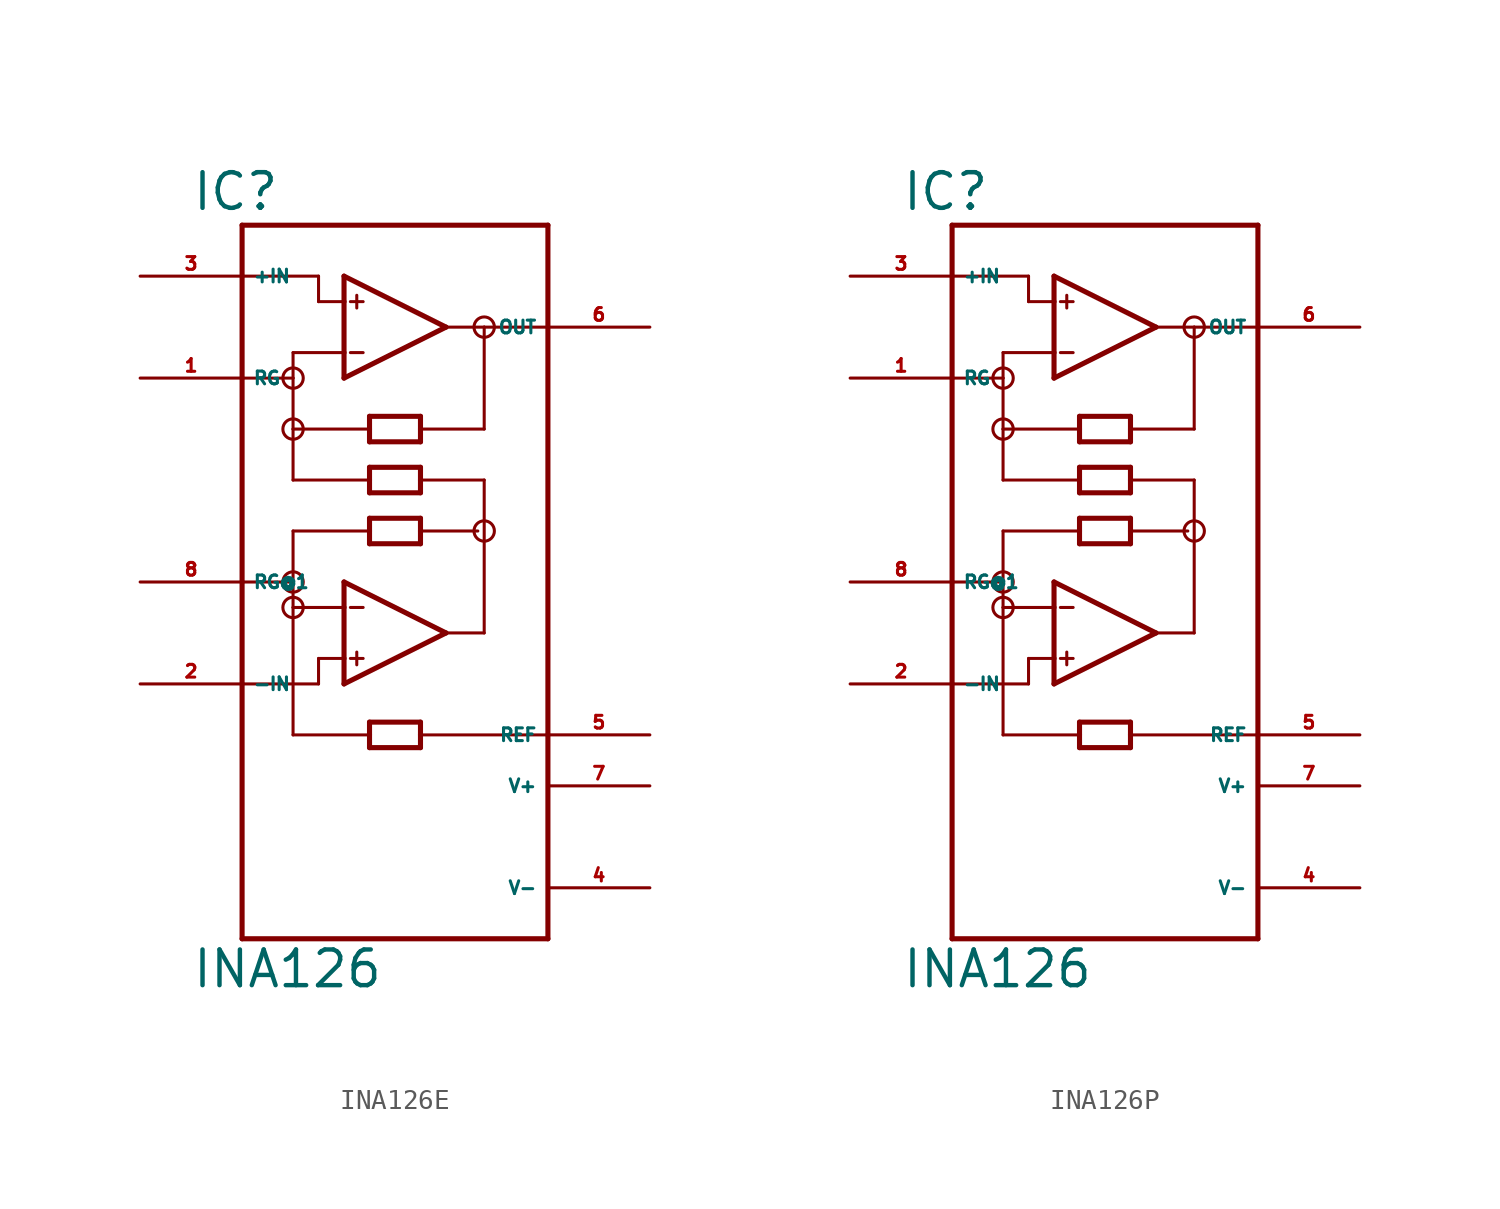
<source format=kicad_sym>
(kicad_symbol_lib
  (version 20220914)
  (generator Eagle2Kicad)
  (symbol "INA126E"
    (property "Reference" "IC"
      (at -10.16 18.415 0)
      (effects (font (size 1.778 1.778) (thickness 0.22)) (justify left bottom)))
    (property "Value" "INA126"
      (at -10.16 -20.32 0)
      (effects (font (size 1.778 1.778) (thickness 0.22)) (justify left bottom)))
    (polyline
      (pts (xy -2.54 10.16) (xy -2.54 11.43))
      (stroke (width 0.254) (type default))
      (fill (type none)))
    (polyline
      (pts (xy -2.54 11.43) (xy -2.54 13.97))
      (stroke (width 0.254) (type default))
      (fill (type none)))
    (polyline
      (pts (xy -2.54 13.97) (xy -2.54 15.24))
      (stroke (width 0.254) (type default))
      (fill (type none)))
    (polyline
      (pts (xy -2.54 15.24) (xy 2.54 12.7))
      (stroke (width 0.254) (type default))
      (fill (type none)))
    (polyline
      (pts (xy 2.54 12.7) (xy -2.54 10.16))
      (stroke (width 0.254) (type default))
      (fill (type none)))
    (polyline
      (pts (xy -2.54 13.97) (xy -3.81 13.97))
      (stroke (width 0.152) (type default))
      (fill (type none)))
    (polyline
      (pts (xy 1.27 5.715) (xy 1.27 5.08))
      (stroke (width 0.254) (type default))
      (fill (type none)))
    (polyline
      (pts (xy 1.27 5.08) (xy 1.27 4.445))
      (stroke (width 0.254) (type default))
      (fill (type none)))
    (polyline
      (pts (xy 1.27 4.445) (xy -1.27 4.445))
      (stroke (width 0.254) (type default))
      (fill (type none)))
    (polyline
      (pts (xy -1.27 4.445) (xy -1.27 5.08))
      (stroke (width 0.254) (type default))
      (fill (type none)))
    (polyline
      (pts (xy -1.27 5.08) (xy -1.27 5.715))
      (stroke (width 0.254) (type default))
      (fill (type none)))
    (polyline
      (pts (xy -1.27 5.715) (xy 1.27 5.715))
      (stroke (width 0.254) (type default))
      (fill (type none)))
    (polyline
      (pts (xy -1.27 8.255) (xy -1.27 7.62))
      (stroke (width 0.254) (type default))
      (fill (type none)))
    (polyline
      (pts (xy -1.27 7.62) (xy -1.27 6.985))
      (stroke (width 0.254) (type default))
      (fill (type none)))
    (polyline
      (pts (xy -1.27 6.985) (xy 1.27 6.985))
      (stroke (width 0.254) (type default))
      (fill (type none)))
    (polyline
      (pts (xy 1.27 6.985) (xy 1.27 7.62))
      (stroke (width 0.254) (type default))
      (fill (type none)))
    (polyline
      (pts (xy 1.27 7.62) (xy 1.27 8.255))
      (stroke (width 0.254) (type default))
      (fill (type none)))
    (polyline
      (pts (xy 1.27 8.255) (xy -1.27 8.255))
      (stroke (width 0.254) (type default))
      (fill (type none)))
    (polyline
      (pts (xy -2.54 11.43) (xy -5.08 11.43))
      (stroke (width 0.152) (type default))
      (fill (type none)))
    (polyline
      (pts (xy -5.08 11.43) (xy -5.08 10.16))
      (stroke (width 0.152) (type default))
      (fill (type none)))
    (polyline
      (pts (xy -2.223 13.97) (xy -1.587 13.97))
      (stroke (width 0.152) (type default))
      (fill (type none)))
    (polyline
      (pts (xy -2.223 11.43) (xy -1.587 11.43))
      (stroke (width 0.152) (type default))
      (fill (type none)))
    (polyline
      (pts (xy -1.905 14.287) (xy -1.905 13.652))
      (stroke (width 0.152) (type default))
      (fill (type none)))
    (polyline
      (pts (xy 2.54 12.7) (xy 4.445 12.7))
      (stroke (width 0.152) (type default))
      (fill (type none)))
    (polyline
      (pts (xy 4.445 12.7) (xy 7.62 12.7))
      (stroke (width 0.152) (type default))
      (fill (type none)))
    (polyline
      (pts (xy -7.62 -17.78) (xy 7.62 -17.78))
      (stroke (width 0.254) (type default))
      (fill (type none)))
    (polyline
      (pts (xy 7.62 -17.78) (xy 7.62 -7.62))
      (stroke (width 0.254) (type default))
      (fill (type none)))
    (polyline
      (pts (xy 7.62 -7.62) (xy 7.62 17.78))
      (stroke (width 0.254) (type default))
      (fill (type none)))
    (polyline
      (pts (xy 7.62 17.78) (xy -7.62 17.78))
      (stroke (width 0.254) (type default))
      (fill (type none)))
    (polyline
      (pts (xy -7.62 17.78) (xy -7.62 15.24))
      (stroke (width 0.254) (type default))
      (fill (type none)))
    (polyline
      (pts (xy -7.62 15.24) (xy -7.62 10.16))
      (stroke (width 0.254) (type default))
      (fill (type none)))
    (polyline
      (pts (xy -7.62 10.16) (xy -7.62 0))
      (stroke (width 0.254) (type default))
      (fill (type none)))
    (polyline
      (pts (xy -7.62 0) (xy -7.62 -5.08))
      (stroke (width 0.254) (type default))
      (fill (type none)))
    (polyline
      (pts (xy -7.62 -5.08) (xy -7.62 -17.78))
      (stroke (width 0.254) (type default))
      (fill (type none)))
    (polyline
      (pts (xy -2.54 -5.08) (xy -2.54 -3.81))
      (stroke (width 0.254) (type default))
      (fill (type none)))
    (polyline
      (pts (xy -2.54 -3.81) (xy -2.54 -1.27))
      (stroke (width 0.254) (type default))
      (fill (type none)))
    (polyline
      (pts (xy -2.54 -1.27) (xy -2.54 0))
      (stroke (width 0.254) (type default))
      (fill (type none)))
    (polyline
      (pts (xy -2.54 0) (xy 2.54 -2.54))
      (stroke (width 0.254) (type default))
      (fill (type none)))
    (polyline
      (pts (xy 2.54 -2.54) (xy -2.54 -5.08))
      (stroke (width 0.254) (type default))
      (fill (type none)))
    (polyline
      (pts (xy 1.27 1.905) (xy 1.27 2.54))
      (stroke (width 0.254) (type default))
      (fill (type none)))
    (polyline
      (pts (xy 1.27 2.54) (xy 1.27 3.175))
      (stroke (width 0.254) (type default))
      (fill (type none)))
    (polyline
      (pts (xy 1.27 3.175) (xy -1.27 3.175))
      (stroke (width 0.254) (type default))
      (fill (type none)))
    (polyline
      (pts (xy -1.27 3.175) (xy -1.27 2.54))
      (stroke (width 0.254) (type default))
      (fill (type none)))
    (polyline
      (pts (xy -1.27 2.54) (xy -1.27 1.905))
      (stroke (width 0.254) (type default))
      (fill (type none)))
    (polyline
      (pts (xy -1.27 1.905) (xy 1.27 1.905))
      (stroke (width 0.254) (type default))
      (fill (type none)))
    (polyline
      (pts (xy -1.27 -8.255) (xy -1.27 -7.62))
      (stroke (width 0.254) (type default))
      (fill (type none)))
    (polyline
      (pts (xy -1.27 -7.62) (xy -1.27 -6.985))
      (stroke (width 0.254) (type default))
      (fill (type none)))
    (polyline
      (pts (xy -1.27 -6.985) (xy 1.27 -6.985))
      (stroke (width 0.254) (type default))
      (fill (type none)))
    (polyline
      (pts (xy 1.27 -6.985) (xy 1.27 -7.62))
      (stroke (width 0.254) (type default))
      (fill (type none)))
    (polyline
      (pts (xy 1.27 -7.62) (xy 1.27 -8.255))
      (stroke (width 0.254) (type default))
      (fill (type none)))
    (polyline
      (pts (xy 1.27 -8.255) (xy -1.27 -8.255))
      (stroke (width 0.254) (type default))
      (fill (type none)))
    (polyline
      (pts (xy -2.54 -1.27) (xy -5.08 -1.27))
      (stroke (width 0.152) (type default))
      (fill (type none)))
    (polyline
      (pts (xy -5.08 -1.27) (xy -5.08 0))
      (stroke (width 0.152) (type default))
      (fill (type none)))
    (polyline
      (pts (xy -2.54 -3.81) (xy -3.81 -3.81))
      (stroke (width 0.152) (type default))
      (fill (type none)))
    (polyline
      (pts (xy -2.223 -1.27) (xy -1.587 -1.27))
      (stroke (width 0.152) (type default))
      (fill (type none)))
    (polyline
      (pts (xy -2.223 -3.81) (xy -1.587 -3.81))
      (stroke (width 0.152) (type default))
      (fill (type none)))
    (polyline
      (pts (xy -1.905 -3.493) (xy -1.905 -4.128))
      (stroke (width 0.152) (type default))
      (fill (type none)))
    (polyline
      (pts (xy 2.54 -2.54) (xy 4.445 -2.54))
      (stroke (width 0.152) (type default))
      (fill (type none)))
    (polyline
      (pts (xy -7.62 15.24) (xy -3.81 15.24))
      (stroke (width 0.152) (type default))
      (fill (type none)))
    (polyline
      (pts (xy -3.81 15.24) (xy -3.81 13.97))
      (stroke (width 0.152) (type default))
      (fill (type none)))
    (polyline
      (pts (xy -7.62 10.16) (xy -5.08 10.16))
      (stroke (width 0.152) (type default))
      (fill (type none)))
    (polyline
      (pts (xy 4.445 12.7) (xy 4.445 7.62))
      (stroke (width 0.152) (type default))
      (fill (type none)))
    (polyline
      (pts (xy 4.445 7.62) (xy 1.27 7.62))
      (stroke (width 0.152) (type default))
      (fill (type none)))
    (polyline
      (pts (xy -5.08 10.16) (xy -5.08 7.62))
      (stroke (width 0.152) (type default))
      (fill (type none)))
    (polyline
      (pts (xy -5.08 7.62) (xy -1.27 7.62))
      (stroke (width 0.152) (type default))
      (fill (type none)))
    (polyline
      (pts (xy -3.81 -3.81) (xy -3.81 -5.08))
      (stroke (width 0.152) (type default))
      (fill (type none)))
    (polyline
      (pts (xy -3.81 -5.08) (xy -7.62 -5.08))
      (stroke (width 0.152) (type default))
      (fill (type none)))
    (polyline
      (pts (xy -7.62 0) (xy -5.08 0))
      (stroke (width 0.152) (type default))
      (fill (type none)))
    (polyline
      (pts (xy -5.08 5.08) (xy -1.27 5.08))
      (stroke (width 0.152) (type default))
      (fill (type none)))
    (polyline
      (pts (xy -5.08 7.62) (xy -5.08 5.08))
      (stroke (width 0.152) (type default))
      (fill (type none)))
    (polyline
      (pts (xy 1.27 5.08) (xy 4.445 5.08))
      (stroke (width 0.152) (type default))
      (fill (type none)))
    (polyline
      (pts (xy 4.445 5.08) (xy 4.445 -2.54))
      (stroke (width 0.152) (type default))
      (fill (type none)))
    (polyline
      (pts (xy 1.27 2.54) (xy 4.128 2.54))
      (stroke (width 0.152) (type default))
      (fill (type none)))
    (polyline
      (pts (xy -1.27 2.54) (xy -5.08 2.54))
      (stroke (width 0.152) (type default))
      (fill (type none)))
    (polyline
      (pts (xy -5.08 2.54) (xy -5.08 0))
      (stroke (width 0.152) (type default))
      (fill (type none)))
    (polyline
      (pts (xy -5.08 -1.27) (xy -5.08 -7.62))
      (stroke (width 0.152) (type default))
      (fill (type none)))
    (polyline
      (pts (xy 1.27 -7.62) (xy 7.62 -7.62))
      (stroke (width 0.152) (type default))
      (fill (type none)))
    (polyline
      (pts (xy -5.08 -7.62) (xy -1.27 -7.62))
      (stroke (width 0.152) (type default))
      (fill (type none)))
    (circle
      (center -5.08 7.62)
      (radius 0.508)
      (stroke (width 0) (type default))
      (fill (type none)))
    (circle
      (center -5.08 0)
      (radius 0.508)
      (stroke (width 0) (type default))
      (fill (type none)))
    (circle
      (center 4.445 2.54)
      (radius 0.508)
      (stroke (width 0) (type default))
      (fill (type none)))
    (circle
      (center 4.445 12.7)
      (radius 0.508)
      (stroke (width 0) (type default))
      (fill (type none)))
    (circle
      (center -5.08 10.16)
      (radius 0.508)
      (stroke (width 0) (type default))
      (fill (type none)))
    (circle
      (center -5.08 -1.27)
      (radius 0.508)
      (stroke (width 0) (type default))
      (fill (type none)))
    (pin input line
      (at -12.7 15.24 0)
      (length 5.08)
      (name "+IN" (effects (font (size 0.635 0.635) (thickness 0.08)) (justify left bottom)))
      (number "3" (effects (font (size 0.635 0.635) (thickness 0.08)) (justify left bottom))))
    (pin passive line
      (at -12.7 10.16 0)
      (length 5.08)
      (name "RG" (effects (font (size 0.635 0.635) (thickness 0.08)) (justify left bottom)))
      (number "1" (effects (font (size 0.635 0.635) (thickness 0.08)) (justify left bottom))))
    (pin output line
      (at 12.7 12.7 180)
      (length 5.08)
      (name "OUT" (effects (font (size 0.635 0.635) (thickness 0.08)) (justify left bottom)))
      (number "6" (effects (font (size 0.635 0.635) (thickness 0.08)) (justify left bottom))))
    (pin unspecified line
      (at 12.7 -10.16 180)
      (length 5.08)
      (name "V+" (effects (font (size 0.635 0.635) (thickness 0.08)) (justify left bottom)))
      (number "7" (effects (font (size 0.635 0.635) (thickness 0.08)) (justify left bottom))))
    (pin unspecified line
      (at 12.7 -15.24 180)
      (length 5.08)
      (name "V-" (effects (font (size 0.635 0.635) (thickness 0.08)) (justify left bottom)))
      (number "4" (effects (font (size 0.635 0.635) (thickness 0.08)) (justify left bottom))))
    (pin passive line
      (at -12.7 0 0)
      (length 5.08)
      (name "RG@1" (effects (font (size 0.635 0.635) (thickness 0.08)) (justify left bottom)))
      (number "8" (effects (font (size 0.635 0.635) (thickness 0.08)) (justify left bottom))))
    (pin input line
      (at -12.7 -5.08 0)
      (length 5.08)
      (name "-IN" (effects (font (size 0.635 0.635) (thickness 0.08)) (justify left bottom)))
      (number "2" (effects (font (size 0.635 0.635) (thickness 0.08)) (justify left bottom))))
    (pin passive line
      (at 12.7 -7.62 180)
      (length 5.08)
      (name "REF" (effects (font (size 0.635 0.635) (thickness 0.08)) (justify left bottom)))
      (number "5" (effects (font (size 0.635 0.635) (thickness 0.08)) (justify left bottom)))))
  (symbol "INA126P"
    (property "Reference" "IC"
      (at -10.16 18.415 0)
      (effects (font (size 1.778 1.778) (thickness 0.22)) (justify left bottom)))
    (property "Value" "INA126"
      (at -10.16 -20.32 0)
      (effects (font (size 1.778 1.778) (thickness 0.22)) (justify left bottom)))
    (polyline
      (pts (xy -2.54 10.16) (xy -2.54 11.43))
      (stroke (width 0.254) (type default))
      (fill (type none)))
    (polyline
      (pts (xy -2.54 11.43) (xy -2.54 13.97))
      (stroke (width 0.254) (type default))
      (fill (type none)))
    (polyline
      (pts (xy -2.54 13.97) (xy -2.54 15.24))
      (stroke (width 0.254) (type default))
      (fill (type none)))
    (polyline
      (pts (xy -2.54 15.24) (xy 2.54 12.7))
      (stroke (width 0.254) (type default))
      (fill (type none)))
    (polyline
      (pts (xy 2.54 12.7) (xy -2.54 10.16))
      (stroke (width 0.254) (type default))
      (fill (type none)))
    (polyline
      (pts (xy -2.54 13.97) (xy -3.81 13.97))
      (stroke (width 0.152) (type default))
      (fill (type none)))
    (polyline
      (pts (xy 1.27 5.715) (xy 1.27 5.08))
      (stroke (width 0.254) (type default))
      (fill (type none)))
    (polyline
      (pts (xy 1.27 5.08) (xy 1.27 4.445))
      (stroke (width 0.254) (type default))
      (fill (type none)))
    (polyline
      (pts (xy 1.27 4.445) (xy -1.27 4.445))
      (stroke (width 0.254) (type default))
      (fill (type none)))
    (polyline
      (pts (xy -1.27 4.445) (xy -1.27 5.08))
      (stroke (width 0.254) (type default))
      (fill (type none)))
    (polyline
      (pts (xy -1.27 5.08) (xy -1.27 5.715))
      (stroke (width 0.254) (type default))
      (fill (type none)))
    (polyline
      (pts (xy -1.27 5.715) (xy 1.27 5.715))
      (stroke (width 0.254) (type default))
      (fill (type none)))
    (polyline
      (pts (xy -1.27 8.255) (xy -1.27 7.62))
      (stroke (width 0.254) (type default))
      (fill (type none)))
    (polyline
      (pts (xy -1.27 7.62) (xy -1.27 6.985))
      (stroke (width 0.254) (type default))
      (fill (type none)))
    (polyline
      (pts (xy -1.27 6.985) (xy 1.27 6.985))
      (stroke (width 0.254) (type default))
      (fill (type none)))
    (polyline
      (pts (xy 1.27 6.985) (xy 1.27 7.62))
      (stroke (width 0.254) (type default))
      (fill (type none)))
    (polyline
      (pts (xy 1.27 7.62) (xy 1.27 8.255))
      (stroke (width 0.254) (type default))
      (fill (type none)))
    (polyline
      (pts (xy 1.27 8.255) (xy -1.27 8.255))
      (stroke (width 0.254) (type default))
      (fill (type none)))
    (polyline
      (pts (xy -2.54 11.43) (xy -5.08 11.43))
      (stroke (width 0.152) (type default))
      (fill (type none)))
    (polyline
      (pts (xy -5.08 11.43) (xy -5.08 10.16))
      (stroke (width 0.152) (type default))
      (fill (type none)))
    (polyline
      (pts (xy -2.223 13.97) (xy -1.587 13.97))
      (stroke (width 0.152) (type default))
      (fill (type none)))
    (polyline
      (pts (xy -2.223 11.43) (xy -1.587 11.43))
      (stroke (width 0.152) (type default))
      (fill (type none)))
    (polyline
      (pts (xy -1.905 14.287) (xy -1.905 13.652))
      (stroke (width 0.152) (type default))
      (fill (type none)))
    (polyline
      (pts (xy 2.54 12.7) (xy 4.445 12.7))
      (stroke (width 0.152) (type default))
      (fill (type none)))
    (polyline
      (pts (xy 4.445 12.7) (xy 7.62 12.7))
      (stroke (width 0.152) (type default))
      (fill (type none)))
    (polyline
      (pts (xy -7.62 -17.78) (xy 7.62 -17.78))
      (stroke (width 0.254) (type default))
      (fill (type none)))
    (polyline
      (pts (xy 7.62 -17.78) (xy 7.62 -7.62))
      (stroke (width 0.254) (type default))
      (fill (type none)))
    (polyline
      (pts (xy 7.62 -7.62) (xy 7.62 17.78))
      (stroke (width 0.254) (type default))
      (fill (type none)))
    (polyline
      (pts (xy 7.62 17.78) (xy -7.62 17.78))
      (stroke (width 0.254) (type default))
      (fill (type none)))
    (polyline
      (pts (xy -7.62 17.78) (xy -7.62 15.24))
      (stroke (width 0.254) (type default))
      (fill (type none)))
    (polyline
      (pts (xy -7.62 15.24) (xy -7.62 10.16))
      (stroke (width 0.254) (type default))
      (fill (type none)))
    (polyline
      (pts (xy -7.62 10.16) (xy -7.62 0))
      (stroke (width 0.254) (type default))
      (fill (type none)))
    (polyline
      (pts (xy -7.62 0) (xy -7.62 -5.08))
      (stroke (width 0.254) (type default))
      (fill (type none)))
    (polyline
      (pts (xy -7.62 -5.08) (xy -7.62 -17.78))
      (stroke (width 0.254) (type default))
      (fill (type none)))
    (polyline
      (pts (xy -2.54 -5.08) (xy -2.54 -3.81))
      (stroke (width 0.254) (type default))
      (fill (type none)))
    (polyline
      (pts (xy -2.54 -3.81) (xy -2.54 -1.27))
      (stroke (width 0.254) (type default))
      (fill (type none)))
    (polyline
      (pts (xy -2.54 -1.27) (xy -2.54 0))
      (stroke (width 0.254) (type default))
      (fill (type none)))
    (polyline
      (pts (xy -2.54 0) (xy 2.54 -2.54))
      (stroke (width 0.254) (type default))
      (fill (type none)))
    (polyline
      (pts (xy 2.54 -2.54) (xy -2.54 -5.08))
      (stroke (width 0.254) (type default))
      (fill (type none)))
    (polyline
      (pts (xy 1.27 1.905) (xy 1.27 2.54))
      (stroke (width 0.254) (type default))
      (fill (type none)))
    (polyline
      (pts (xy 1.27 2.54) (xy 1.27 3.175))
      (stroke (width 0.254) (type default))
      (fill (type none)))
    (polyline
      (pts (xy 1.27 3.175) (xy -1.27 3.175))
      (stroke (width 0.254) (type default))
      (fill (type none)))
    (polyline
      (pts (xy -1.27 3.175) (xy -1.27 2.54))
      (stroke (width 0.254) (type default))
      (fill (type none)))
    (polyline
      (pts (xy -1.27 2.54) (xy -1.27 1.905))
      (stroke (width 0.254) (type default))
      (fill (type none)))
    (polyline
      (pts (xy -1.27 1.905) (xy 1.27 1.905))
      (stroke (width 0.254) (type default))
      (fill (type none)))
    (polyline
      (pts (xy -1.27 -8.255) (xy -1.27 -7.62))
      (stroke (width 0.254) (type default))
      (fill (type none)))
    (polyline
      (pts (xy -1.27 -7.62) (xy -1.27 -6.985))
      (stroke (width 0.254) (type default))
      (fill (type none)))
    (polyline
      (pts (xy -1.27 -6.985) (xy 1.27 -6.985))
      (stroke (width 0.254) (type default))
      (fill (type none)))
    (polyline
      (pts (xy 1.27 -6.985) (xy 1.27 -7.62))
      (stroke (width 0.254) (type default))
      (fill (type none)))
    (polyline
      (pts (xy 1.27 -7.62) (xy 1.27 -8.255))
      (stroke (width 0.254) (type default))
      (fill (type none)))
    (polyline
      (pts (xy 1.27 -8.255) (xy -1.27 -8.255))
      (stroke (width 0.254) (type default))
      (fill (type none)))
    (polyline
      (pts (xy -2.54 -1.27) (xy -5.08 -1.27))
      (stroke (width 0.152) (type default))
      (fill (type none)))
    (polyline
      (pts (xy -5.08 -1.27) (xy -5.08 0))
      (stroke (width 0.152) (type default))
      (fill (type none)))
    (polyline
      (pts (xy -2.54 -3.81) (xy -3.81 -3.81))
      (stroke (width 0.152) (type default))
      (fill (type none)))
    (polyline
      (pts (xy -2.223 -1.27) (xy -1.587 -1.27))
      (stroke (width 0.152) (type default))
      (fill (type none)))
    (polyline
      (pts (xy -2.223 -3.81) (xy -1.587 -3.81))
      (stroke (width 0.152) (type default))
      (fill (type none)))
    (polyline
      (pts (xy -1.905 -3.493) (xy -1.905 -4.128))
      (stroke (width 0.152) (type default))
      (fill (type none)))
    (polyline
      (pts (xy 2.54 -2.54) (xy 4.445 -2.54))
      (stroke (width 0.152) (type default))
      (fill (type none)))
    (polyline
      (pts (xy -7.62 15.24) (xy -3.81 15.24))
      (stroke (width 0.152) (type default))
      (fill (type none)))
    (polyline
      (pts (xy -3.81 15.24) (xy -3.81 13.97))
      (stroke (width 0.152) (type default))
      (fill (type none)))
    (polyline
      (pts (xy -7.62 10.16) (xy -5.08 10.16))
      (stroke (width 0.152) (type default))
      (fill (type none)))
    (polyline
      (pts (xy 4.445 12.7) (xy 4.445 7.62))
      (stroke (width 0.152) (type default))
      (fill (type none)))
    (polyline
      (pts (xy 4.445 7.62) (xy 1.27 7.62))
      (stroke (width 0.152) (type default))
      (fill (type none)))
    (polyline
      (pts (xy -5.08 10.16) (xy -5.08 7.62))
      (stroke (width 0.152) (type default))
      (fill (type none)))
    (polyline
      (pts (xy -5.08 7.62) (xy -1.27 7.62))
      (stroke (width 0.152) (type default))
      (fill (type none)))
    (polyline
      (pts (xy -3.81 -3.81) (xy -3.81 -5.08))
      (stroke (width 0.152) (type default))
      (fill (type none)))
    (polyline
      (pts (xy -3.81 -5.08) (xy -7.62 -5.08))
      (stroke (width 0.152) (type default))
      (fill (type none)))
    (polyline
      (pts (xy -7.62 0) (xy -5.08 0))
      (stroke (width 0.152) (type default))
      (fill (type none)))
    (polyline
      (pts (xy -5.08 5.08) (xy -1.27 5.08))
      (stroke (width 0.152) (type default))
      (fill (type none)))
    (polyline
      (pts (xy -5.08 7.62) (xy -5.08 5.08))
      (stroke (width 0.152) (type default))
      (fill (type none)))
    (polyline
      (pts (xy 1.27 5.08) (xy 4.445 5.08))
      (stroke (width 0.152) (type default))
      (fill (type none)))
    (polyline
      (pts (xy 4.445 5.08) (xy 4.445 -2.54))
      (stroke (width 0.152) (type default))
      (fill (type none)))
    (polyline
      (pts (xy 1.27 2.54) (xy 4.128 2.54))
      (stroke (width 0.152) (type default))
      (fill (type none)))
    (polyline
      (pts (xy -1.27 2.54) (xy -5.08 2.54))
      (stroke (width 0.152) (type default))
      (fill (type none)))
    (polyline
      (pts (xy -5.08 2.54) (xy -5.08 0))
      (stroke (width 0.152) (type default))
      (fill (type none)))
    (polyline
      (pts (xy -5.08 -1.27) (xy -5.08 -7.62))
      (stroke (width 0.152) (type default))
      (fill (type none)))
    (polyline
      (pts (xy 1.27 -7.62) (xy 7.62 -7.62))
      (stroke (width 0.152) (type default))
      (fill (type none)))
    (polyline
      (pts (xy -5.08 -7.62) (xy -1.27 -7.62))
      (stroke (width 0.152) (type default))
      (fill (type none)))
    (circle
      (center -5.08 7.62)
      (radius 0.508)
      (stroke (width 0) (type default))
      (fill (type none)))
    (circle
      (center -5.08 0)
      (radius 0.508)
      (stroke (width 0) (type default))
      (fill (type none)))
    (circle
      (center 4.445 2.54)
      (radius 0.508)
      (stroke (width 0) (type default))
      (fill (type none)))
    (circle
      (center 4.445 12.7)
      (radius 0.508)
      (stroke (width 0) (type default))
      (fill (type none)))
    (circle
      (center -5.08 10.16)
      (radius 0.508)
      (stroke (width 0) (type default))
      (fill (type none)))
    (circle
      (center -5.08 -1.27)
      (radius 0.508)
      (stroke (width 0) (type default))
      (fill (type none)))
    (pin input line
      (at -12.7 15.24 0)
      (length 5.08)
      (name "+IN" (effects (font (size 0.635 0.635) (thickness 0.08)) (justify left bottom)))
      (number "3" (effects (font (size 0.635 0.635) (thickness 0.08)) (justify left bottom))))
    (pin passive line
      (at -12.7 10.16 0)
      (length 5.08)
      (name "RG" (effects (font (size 0.635 0.635) (thickness 0.08)) (justify left bottom)))
      (number "1" (effects (font (size 0.635 0.635) (thickness 0.08)) (justify left bottom))))
    (pin output line
      (at 12.7 12.7 180)
      (length 5.08)
      (name "OUT" (effects (font (size 0.635 0.635) (thickness 0.08)) (justify left bottom)))
      (number "6" (effects (font (size 0.635 0.635) (thickness 0.08)) (justify left bottom))))
    (pin unspecified line
      (at 12.7 -10.16 180)
      (length 5.08)
      (name "V+" (effects (font (size 0.635 0.635) (thickness 0.08)) (justify left bottom)))
      (number "7" (effects (font (size 0.635 0.635) (thickness 0.08)) (justify left bottom))))
    (pin unspecified line
      (at 12.7 -15.24 180)
      (length 5.08)
      (name "V-" (effects (font (size 0.635 0.635) (thickness 0.08)) (justify left bottom)))
      (number "4" (effects (font (size 0.635 0.635) (thickness 0.08)) (justify left bottom))))
    (pin passive line
      (at -12.7 0 0)
      (length 5.08)
      (name "RG@1" (effects (font (size 0.635 0.635) (thickness 0.08)) (justify left bottom)))
      (number "8" (effects (font (size 0.635 0.635) (thickness 0.08)) (justify left bottom))))
    (pin input line
      (at -12.7 -5.08 0)
      (length 5.08)
      (name "-IN" (effects (font (size 0.635 0.635) (thickness 0.08)) (justify left bottom)))
      (number "2" (effects (font (size 0.635 0.635) (thickness 0.08)) (justify left bottom))))
    (pin passive line
      (at 12.7 -7.62 180)
      (length 5.08)
      (name "REF" (effects (font (size 0.635 0.635) (thickness 0.08)) (justify left bottom)))
      (number "5" (effects (font (size 0.635 0.635) (thickness 0.08)) (justify left bottom))))))
</source>
